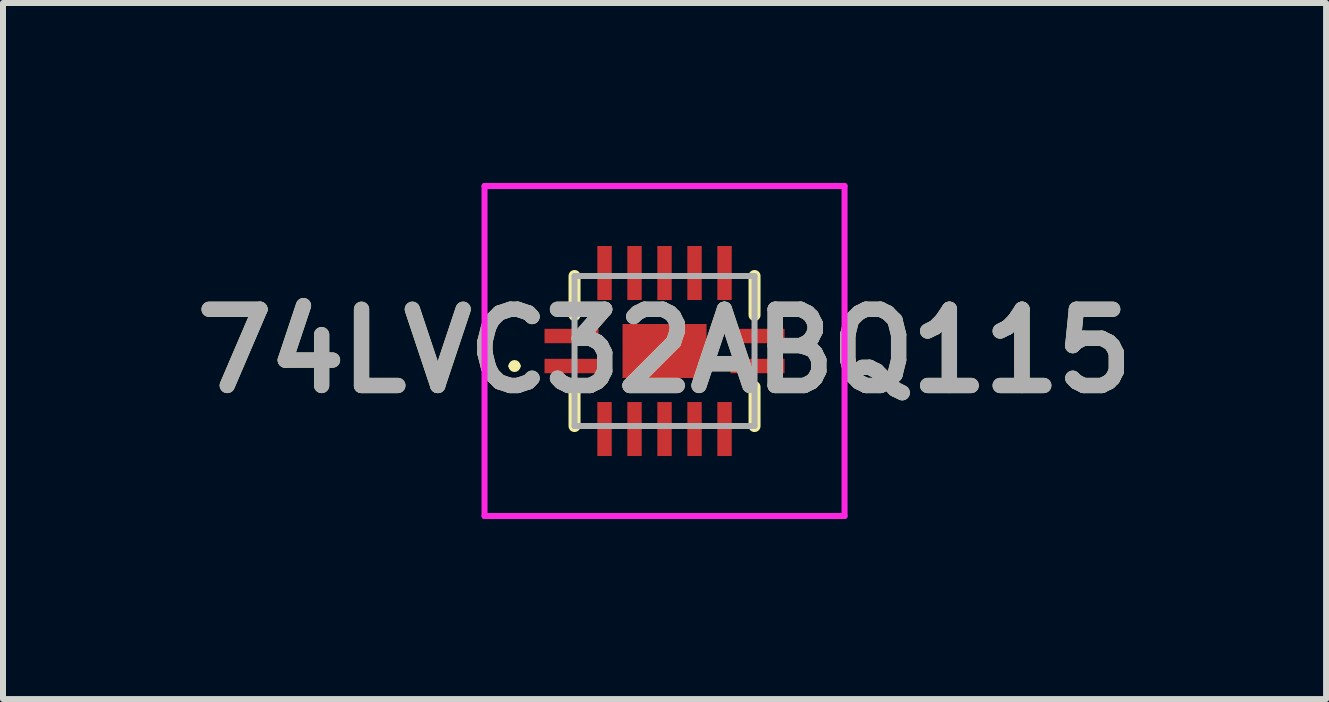
<source format=kicad_pcb>
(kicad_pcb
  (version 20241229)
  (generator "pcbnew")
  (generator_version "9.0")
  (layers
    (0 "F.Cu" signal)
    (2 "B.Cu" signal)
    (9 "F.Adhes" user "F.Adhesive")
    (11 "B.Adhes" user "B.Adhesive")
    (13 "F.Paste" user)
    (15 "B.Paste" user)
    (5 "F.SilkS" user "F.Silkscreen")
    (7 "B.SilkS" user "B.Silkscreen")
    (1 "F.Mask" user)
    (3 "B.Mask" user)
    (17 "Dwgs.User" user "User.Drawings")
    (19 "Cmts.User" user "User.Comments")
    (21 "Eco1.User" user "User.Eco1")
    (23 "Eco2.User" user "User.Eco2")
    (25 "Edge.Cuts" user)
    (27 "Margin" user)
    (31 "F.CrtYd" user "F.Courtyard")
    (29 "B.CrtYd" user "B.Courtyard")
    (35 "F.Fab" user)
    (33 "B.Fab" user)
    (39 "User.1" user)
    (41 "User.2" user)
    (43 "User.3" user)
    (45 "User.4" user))
  (footprint "74LVC32ABQ115"
    (layer "F.Cu")
    (at 8.025 2.8)
    (property "Reference" "74LVC32ABQ115" (at 0 0 0) (layer "F.SilkS") (effects (font (size 1.27 1.27) (thickness 0.254))))
    (attr smd)
    (fp_line (start -2.55 0.25) (end -2.55 0.25) (stroke (width 0.1) (type solid)) (layer "F.SilkS"))
    (fp_line (start -2.45 0.25) (end -2.45 0.25) (stroke (width 0.1) (type solid)) (layer "F.SilkS"))
    (fp_line (start -1.5 -0.6) (end -1.5 -1.25) (stroke (width 0.2) (type solid)) (layer "F.SilkS"))
    (fp_line (start -1.5 0.6) (end -1.5 1.25) (stroke (width 0.2) (type solid)) (layer "F.SilkS"))
    (fp_line (start 1.5 -0.6) (end 1.5 -1.25) (stroke (width 0.2) (type solid)) (layer "F.SilkS"))
    (fp_line (start 1.5 1.25) (end 1.5 0.6) (stroke (width 0.2) (type solid)) (layer "F.SilkS"))
    (fp_arc (start -2.55 0.25) (mid -2.5 0.2) (end -2.45 0.25) (stroke (width 0.1) (type solid)) (layer "F.SilkS"))
    (fp_arc (start -2.45 0.25) (mid -2.5 0.3) (end -2.55 0.25) (stroke (width 0.1) (type solid)) (layer "F.SilkS"))
    (fp_line (start -3 -2.75) (end 3 -2.75) (stroke (width 0.1) (type solid)) (layer "F.CrtYd"))
    (fp_line (start -3 2.75) (end -3 -2.75) (stroke (width 0.1) (type solid)) (layer "F.CrtYd"))
    (fp_line (start 3 -2.75) (end 3 2.75) (stroke (width 0.1) (type solid)) (layer "F.CrtYd"))
    (fp_line (start 3 2.75) (end -3 2.75) (stroke (width 0.1) (type solid)) (layer "F.CrtYd"))
    (fp_line (start -1.5 -1.25) (end 1.5 -1.25) (stroke (width 0.1) (type solid)) (layer "F.Fab"))
    (fp_line (start -1.5 1.25) (end -1.5 -1.25) (stroke (width 0.1) (type solid)) (layer "F.Fab"))
    (fp_line (start 1.5 -1.25) (end 1.5 1.25) (stroke (width 0.1) (type solid)) (layer "F.Fab"))
    (fp_line (start 1.5 1.25) (end -1.5 1.25) (stroke (width 0.1) (type solid)) (layer "F.Fab"))
    (fp_text user "${REFERENCE}" (at 0 0 0) (layer "F.Fab") (effects (font (size 1.27 1.27) (thickness 0.254))))
    (pad "1" smd rect (at -1.55 0.25 90) (size 0.24 0.9) (layers "F.Cu" "F.Mask" "F.Paste"))
    (pad "2" smd rect (at -1 1.3) (size 0.24 0.9) (layers "F.Cu" "F.Mask" "F.Paste"))
    (pad "3" smd rect (at -0.5 1.3) (size 0.24 0.9) (layers "F.Cu" "F.Mask" "F.Paste"))
    (pad "4" smd rect (at 0 1.3) (size 0.24 0.9) (layers "F.Cu" "F.Mask" "F.Paste"))
    (pad "5" smd rect (at 0.5 1.3) (size 0.24 0.9) (layers "F.Cu" "F.Mask" "F.Paste"))
    (pad "6" smd rect (at 1 1.3) (size 0.24 0.9) (layers "F.Cu" "F.Mask" "F.Paste"))
    (pad "7" smd rect (at 1.55 0.25 90) (size 0.24 0.9) (layers "F.Cu" "F.Mask" "F.Paste"))
    (pad "8" smd rect (at 1.55 -0.25 90) (size 0.24 0.9) (layers "F.Cu" "F.Mask" "F.Paste"))
    (pad "9" smd rect (at 1 -1.3) (size 0.24 0.9) (layers "F.Cu" "F.Mask" "F.Paste"))
    (pad "10" smd rect (at 0.5 -1.3) (size 0.24 0.9) (layers "F.Cu" "F.Mask" "F.Paste"))
    (pad "11" smd rect (at 0 -1.3) (size 0.24 0.9) (layers "F.Cu" "F.Mask" "F.Paste"))
    (pad "12" smd rect (at -0.5 -1.3) (size 0.24 0.9) (layers "F.Cu" "F.Mask" "F.Paste"))
    (pad "13" smd rect (at -1 -1.3) (size 0.24 0.9) (layers "F.Cu" "F.Mask" "F.Paste"))
    (pad "14" smd rect (at -1.55 -0.25 90) (size 0.24 0.9) (layers "F.Cu" "F.Mask" "F.Paste"))
    (pad "15" smd rect (at 0 0 90) (size 0.9 1.4) (layers "F.Cu" "F.Mask" "F.Paste")))
  (gr_rect
    (start -3 -3)
    (end 19.05 8.6)
    (stroke (width 0.1) (type default))
    (fill no)
    (layer "Edge.Cuts")))
</source>
